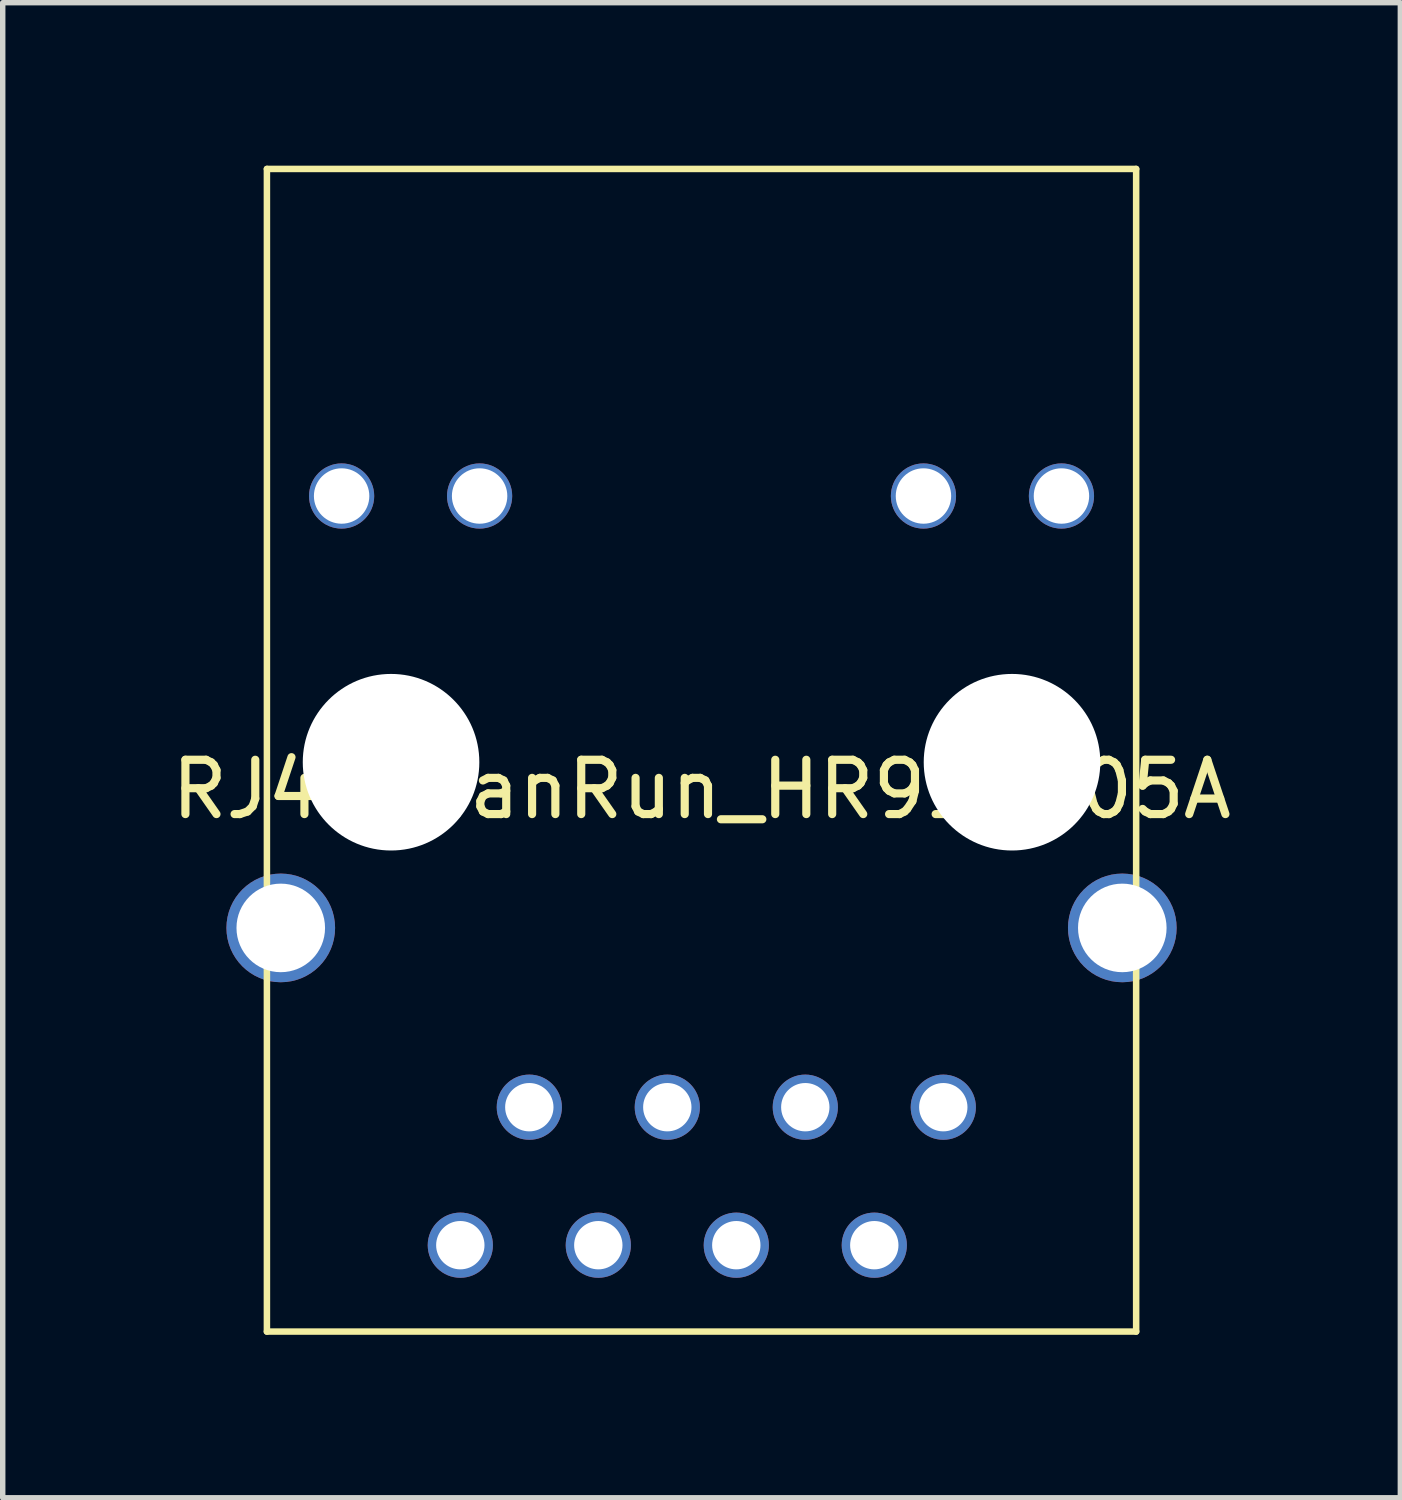
<source format=kicad_pcb>
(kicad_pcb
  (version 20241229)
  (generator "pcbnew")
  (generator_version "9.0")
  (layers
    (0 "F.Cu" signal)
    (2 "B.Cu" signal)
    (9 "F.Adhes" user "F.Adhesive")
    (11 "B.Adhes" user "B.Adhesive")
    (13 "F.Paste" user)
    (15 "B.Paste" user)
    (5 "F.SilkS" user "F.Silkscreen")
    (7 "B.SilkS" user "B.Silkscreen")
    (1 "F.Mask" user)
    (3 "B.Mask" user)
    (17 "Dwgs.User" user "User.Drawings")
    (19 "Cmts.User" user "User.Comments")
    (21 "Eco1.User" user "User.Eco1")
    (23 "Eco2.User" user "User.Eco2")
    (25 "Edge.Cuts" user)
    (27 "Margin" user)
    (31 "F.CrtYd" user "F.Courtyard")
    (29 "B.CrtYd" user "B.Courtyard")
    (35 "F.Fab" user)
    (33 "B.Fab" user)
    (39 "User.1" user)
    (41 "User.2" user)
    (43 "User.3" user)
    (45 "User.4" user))
  (footprint "RJ45_HanRun_HR911105A"
    (layer "F.Cu")
    (at 9.863 10.98)
    (property "Reference" "RJ45_HanRun_HR911105A" (at 0 0.5 0) (layer "F.SilkS") (effects (font (size 1 1) (thickness 0.15))))
    (attr through_hole)
    (fp_line (start -8 -10.92) (end 8 -10.92) (stroke (width 0.12) (type solid)) (layer "F.SilkS"))
    (fp_line (start -8 10.48) (end -8 -10.92) (stroke (width 0.12) (type solid)) (layer "F.SilkS"))
    (fp_line (start 8 -10.92) (end 8 10.48) (stroke (width 0.12) (type solid)) (layer "F.SilkS"))
    (fp_line (start 8 10.48) (end -8 10.48) (stroke (width 0.12) (type solid)) (layer "F.SilkS"))
    (pad "" np_thru_hole circle (at -5.715 0) (size 3.25 3.25) (drill 3.25) (layers "*.Cu" "*.Mask"))
    (pad "" np_thru_hole circle (at 5.715 0) (size 3.25 3.25) (drill 3.25) (layers "*.Cu" "*.Mask"))
    (pad "1" thru_hole circle (at 4.45 6.35) (size 1.2 1.2) (drill 0.89) (layers "*.Cu" "*.Mask"))
    (pad "2" thru_hole circle (at 3.18 8.89) (size 1.2 1.2) (drill 0.89) (layers "*.Cu" "*.Mask"))
    (pad "3" thru_hole circle (at 1.91 6.35) (size 1.2 1.2) (drill 0.89) (layers "*.Cu" "*.Mask"))
    (pad "4" thru_hole circle (at 0.64 8.89) (size 1.2 1.2) (drill 0.89) (layers "*.Cu" "*.Mask"))
    (pad "5" thru_hole circle (at -0.63 6.35) (size 1.2 1.2) (drill 0.89) (layers "*.Cu" "*.Mask"))
    (pad "6" thru_hole circle (at -1.9 8.89) (size 1.2 1.2) (drill 0.89) (layers "*.Cu" "*.Mask"))
    (pad "7" thru_hole circle (at -3.17 6.35) (size 1.2 1.2) (drill 0.89) (layers "*.Cu" "*.Mask"))
    (pad "8" thru_hole circle (at -4.44 8.89) (size 1.2 1.2) (drill 0.89) (layers "*.Cu" "*.Mask"))
    (pad "9" thru_hole circle (at 6.625 -4.9) (size 1.2 1.2) (drill 1.02) (layers "*.Cu" "*.Mask"))
    (pad "10" thru_hole circle (at 4.085 -4.9) (size 1.2 1.2) (drill 1.02) (layers "*.Cu" "*.Mask"))
    (pad "11" thru_hole circle (at -4.085 -4.9) (size 1.2 1.2) (drill 1.02) (layers "*.Cu" "*.Mask"))
    (pad "12" thru_hole circle (at -6.625 -4.9) (size 1.2 1.2) (drill 1.02) (layers "*.Cu" "*.Mask"))
    (pad "M" thru_hole circle (at -7.745 3.05) (size 2 2) (drill 1.63) (layers "*.Cu" "*.Mask"))
    (pad "M" thru_hole circle (at 7.745 3.05) (size 2 2) (drill 1.63) (layers "*.Cu" "*.Mask")))
  (gr_rect
    (start -3 -3)
    (end 22.726 24.52)
    (stroke (width 0.1) (type default))
    (fill no)
    (layer "Edge.Cuts")))
</source>
